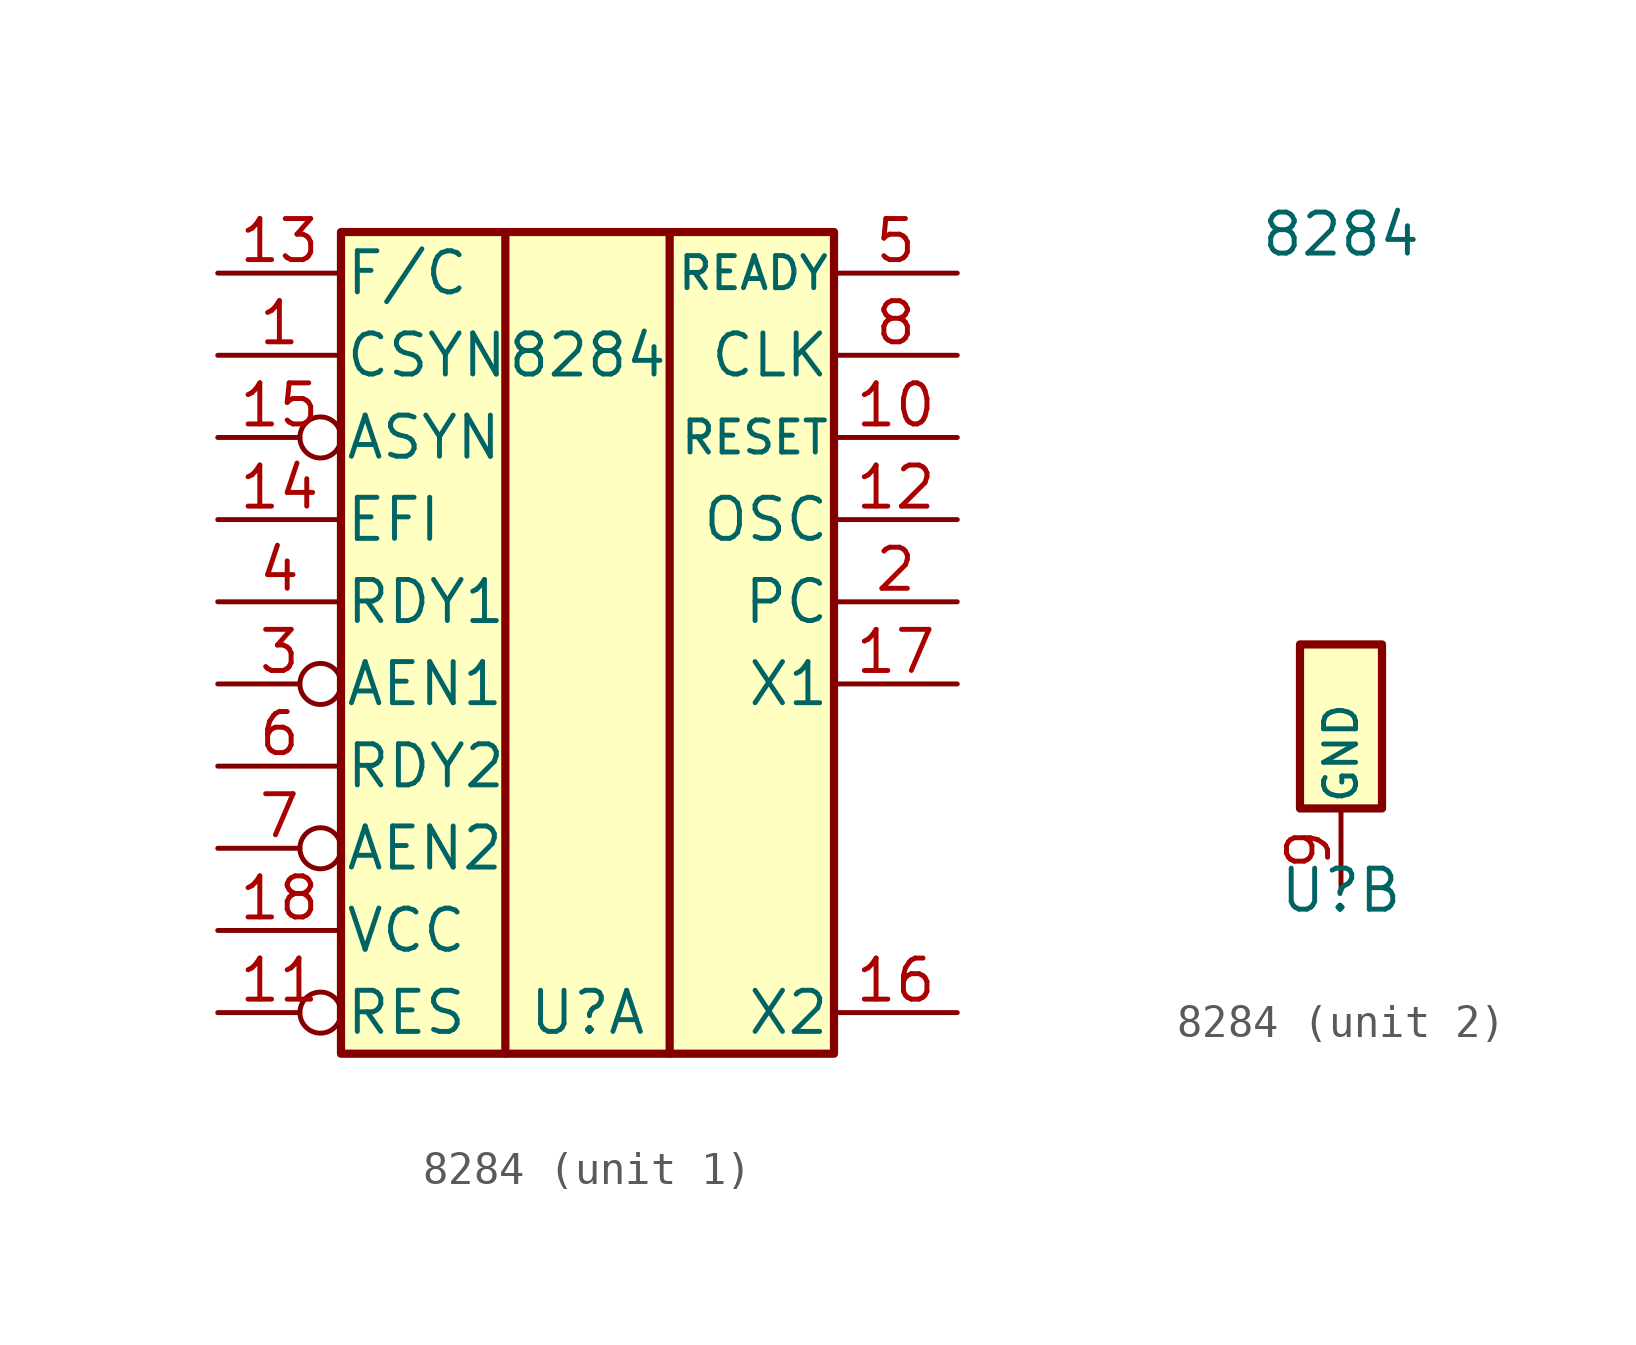
<source format=kicad_sym>
(kicad_symbol_lib
  (version 20241209)
  (generator "kicad_symbol_editor")
  (generator_version "9.0")
  (symbol "8284"
    (pin_names
      (offset 0.102))
    (property "Reference" "U"
      (at 0 -5.08 0)
      (effects (font (size 1.27 1.27))))
    (property "Value" "8284"
      (at 0 15.24 0)
      (effects (font (size 1.27 1.27))))
    (symbol "8284_1_0"
      (rectangle (start -7.62 -6.35) (end 7.62 19.05) (stroke (width 0.254) (type default)) (fill (type background)))
      (rectangle (start -2.54 19.05) (end -2.54 -6.35) (stroke (width 0.254) (type default)) (fill (type none)))
      (rectangle (start 2.54 19.05) (end 2.54 -6.35) (stroke (width 0.254) (type default)) (fill (type none))))
    (symbol "8284_1_1"
      (pin input line (at -11.43 17.78 0) (length 3.81) (name "F/C" (effects (font (size 1.27 1.27)))) (number "13" (effects (font (size 1.27 1.27)))))
      (pin input line (at -11.43 15.24 0) (length 3.81) (name "CSYN" (effects (font (size 1.27 1.27)))) (number "1" (effects (font (size 1.27 1.27)))))
      (pin input inverted (at -11.43 12.7 0) (length 3.81) (name "ASYN" (effects (font (size 1.27 1.27)))) (number "15" (effects (font (size 1.27 1.27)))))
      (pin input line (at -11.43 10.16 0) (length 3.81) (name "EFI" (effects (font (size 1.27 1.27)))) (number "14" (effects (font (size 1.27 1.27)))))
      (pin input line (at -11.43 7.62 0) (length 3.81) (name "RDY1" (effects (font (size 1.27 1.27)))) (number "4" (effects (font (size 1.27 1.27)))))
      (pin input inverted (at -11.43 5.08 0) (length 3.81) (name "AEN1" (effects (font (size 1.27 1.27)))) (number "3" (effects (font (size 1.27 1.27)))))
      (pin input line (at -11.43 2.54 0) (length 3.81) (name "RDY2" (effects (font (size 1.27 1.27)))) (number "6" (effects (font (size 1.27 1.27)))))
      (pin input inverted (at -11.43 0 0) (length 3.81) (name "AEN2" (effects (font (size 1.27 1.27)))) (number "7" (effects (font (size 1.27 1.27)))))
      (pin power_in line (at -11.43 -2.54 0) (length 3.81) (name "VCC" (effects (font (size 1.27 1.27)))) (number "18" (effects (font (size 1.27 1.27)))))
      (pin input inverted (at -11.43 -5.08 0) (length 3.81) (name "RES" (effects (font (size 1.27 1.27)))) (number "11" (effects (font (size 1.27 1.27)))))
      (pin output line (at 11.43 17.78 180) (length 3.81) (name "READY" (effects (font (size 0.991 0.991)))) (number "5" (effects (font (size 1.27 1.27)))))
      (pin output line (at 11.43 15.24 180) (length 3.81) (name "CLK" (effects (font (size 1.27 1.27)))) (number "8" (effects (font (size 1.27 1.27)))))
      (pin output line (at 11.43 12.7 180) (length 3.81) (name "RESET" (effects (font (size 0.991 0.991)))) (number "10" (effects (font (size 1.27 1.27)))))
      (pin output line (at 11.43 10.16 180) (length 3.81) (name "OSC" (effects (font (size 1.27 1.27)))) (number "12" (effects (font (size 1.27 1.27)))))
      (pin output line (at 11.43 7.62 180) (length 3.81) (name "PC" (effects (font (size 1.27 1.27)))) (number "2" (effects (font (size 1.27 1.27)))))
      (pin input line (at 11.43 5.08 180) (length 3.81) (name "X1" (effects (font (size 1.27 1.27)))) (number "17" (effects (font (size 1.27 1.27)))))
      (pin output line (at 11.43 -5.08 180) (length 3.81) (name "X2" (effects (font (size 1.27 1.27)))) (number "16" (effects (font (size 1.27 1.27))))))
    (symbol "8284_2_0"
      (rectangle (start -1.27 2.54) (end 1.27 -2.54) (stroke (width 0.254) (type default)) (fill (type background))))
    (symbol "8284_2_1"
      (pin power_in line (at 0 -5.08 90) (length 2.54) (name "GND" (effects (font (size 0.991 0.991)))) (number "9" (effects (font (size 1.27 1.27))))))))
</source>
